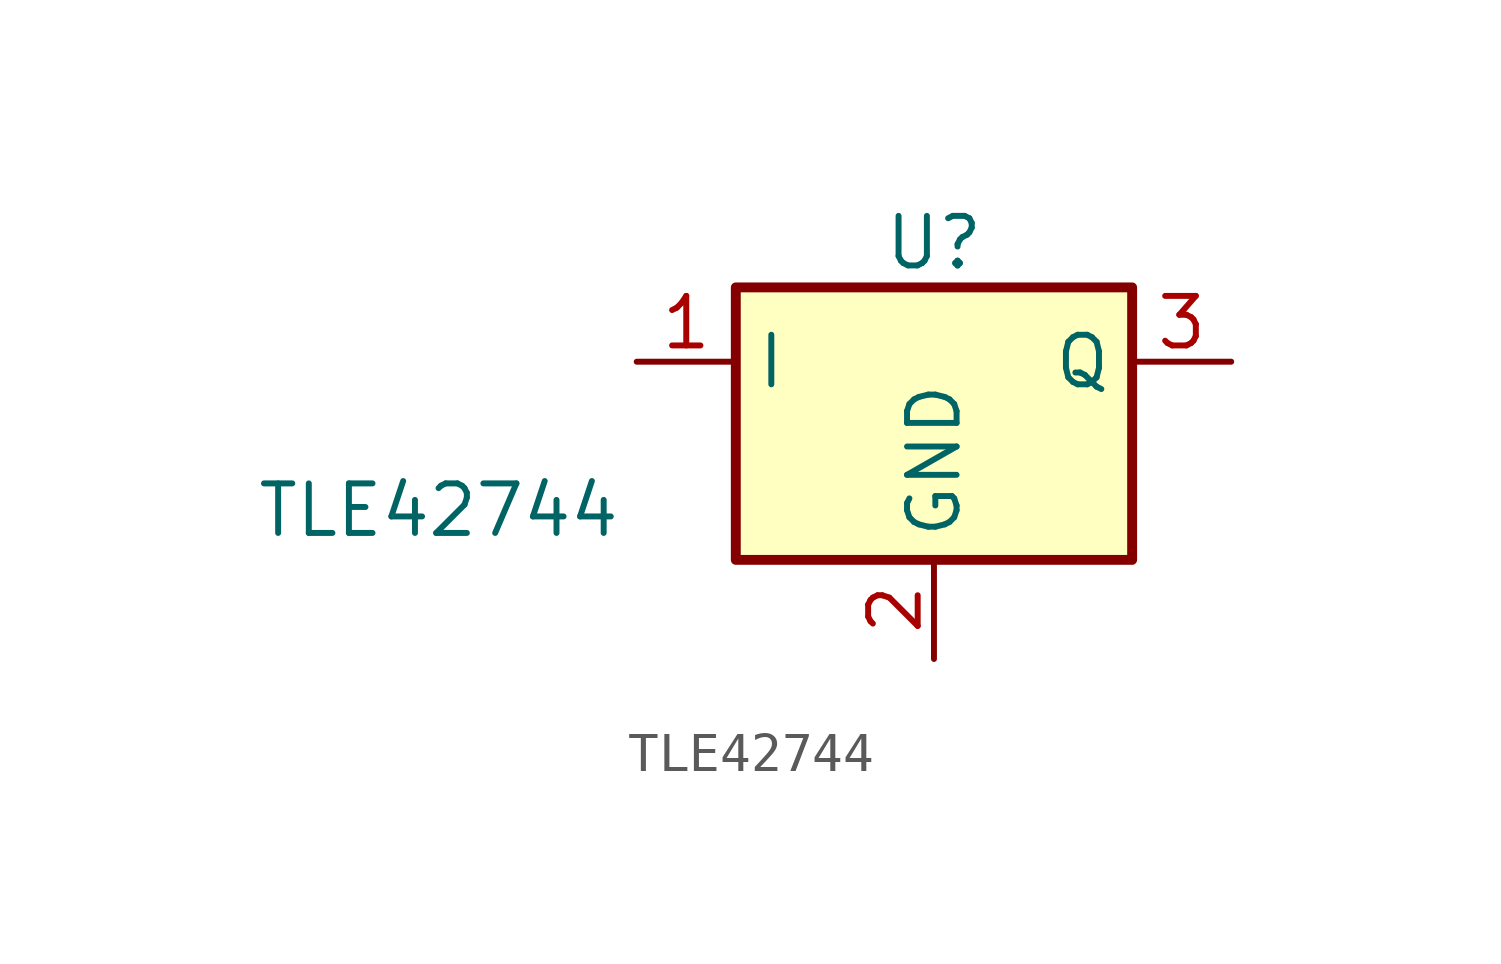
<source format=kicad_sym>
(kicad_symbol_lib
  (version 20231120)
  (generator "kicad_symbol_editor")
  (generator_version "8.0")
  (symbol "TLE42744"
    (property "Reference" "U"
      (at 0 4.318 0)
      (effects (font (size 1.27 1.27))))
    (property "Value" "TLE42744"
      (at -12.7 -2.54 0)
      (effects (font (size 1.27 1.27))))
    (symbol "TLE42744_0_1"
      (rectangle (start -5.08 3.175) (end 5.08 -3.81) (stroke (width 0.254) (type default)) (fill (type background))))
    (symbol "TLE42744_1_0"
      (pin passive line (at 0 -6.35 90) (length 2.54) hide (name "GND" (effects (font (size 1.27 1.27)))) (number "4" (effects (font (size 1.27 1.27))))))
    (symbol "TLE42744_1_1"
      (pin power_in line (at -7.62 1.27 0) (length 2.54) (name "I" (effects (font (size 1.27 1.27)))) (number "1" (effects (font (size 1.27 1.27)))))
      (pin power_in line (at 0 -6.35 90) (length 2.54) (name "GND" (effects (font (size 1.27 1.27)))) (number "2" (effects (font (size 1.27 1.27)))))
      (pin power_out line (at 7.62 1.27 180) (length 2.54) (name "Q" (effects (font (size 1.27 1.27)))) (number "3" (effects (font (size 1.27 1.27))))))))
</source>
